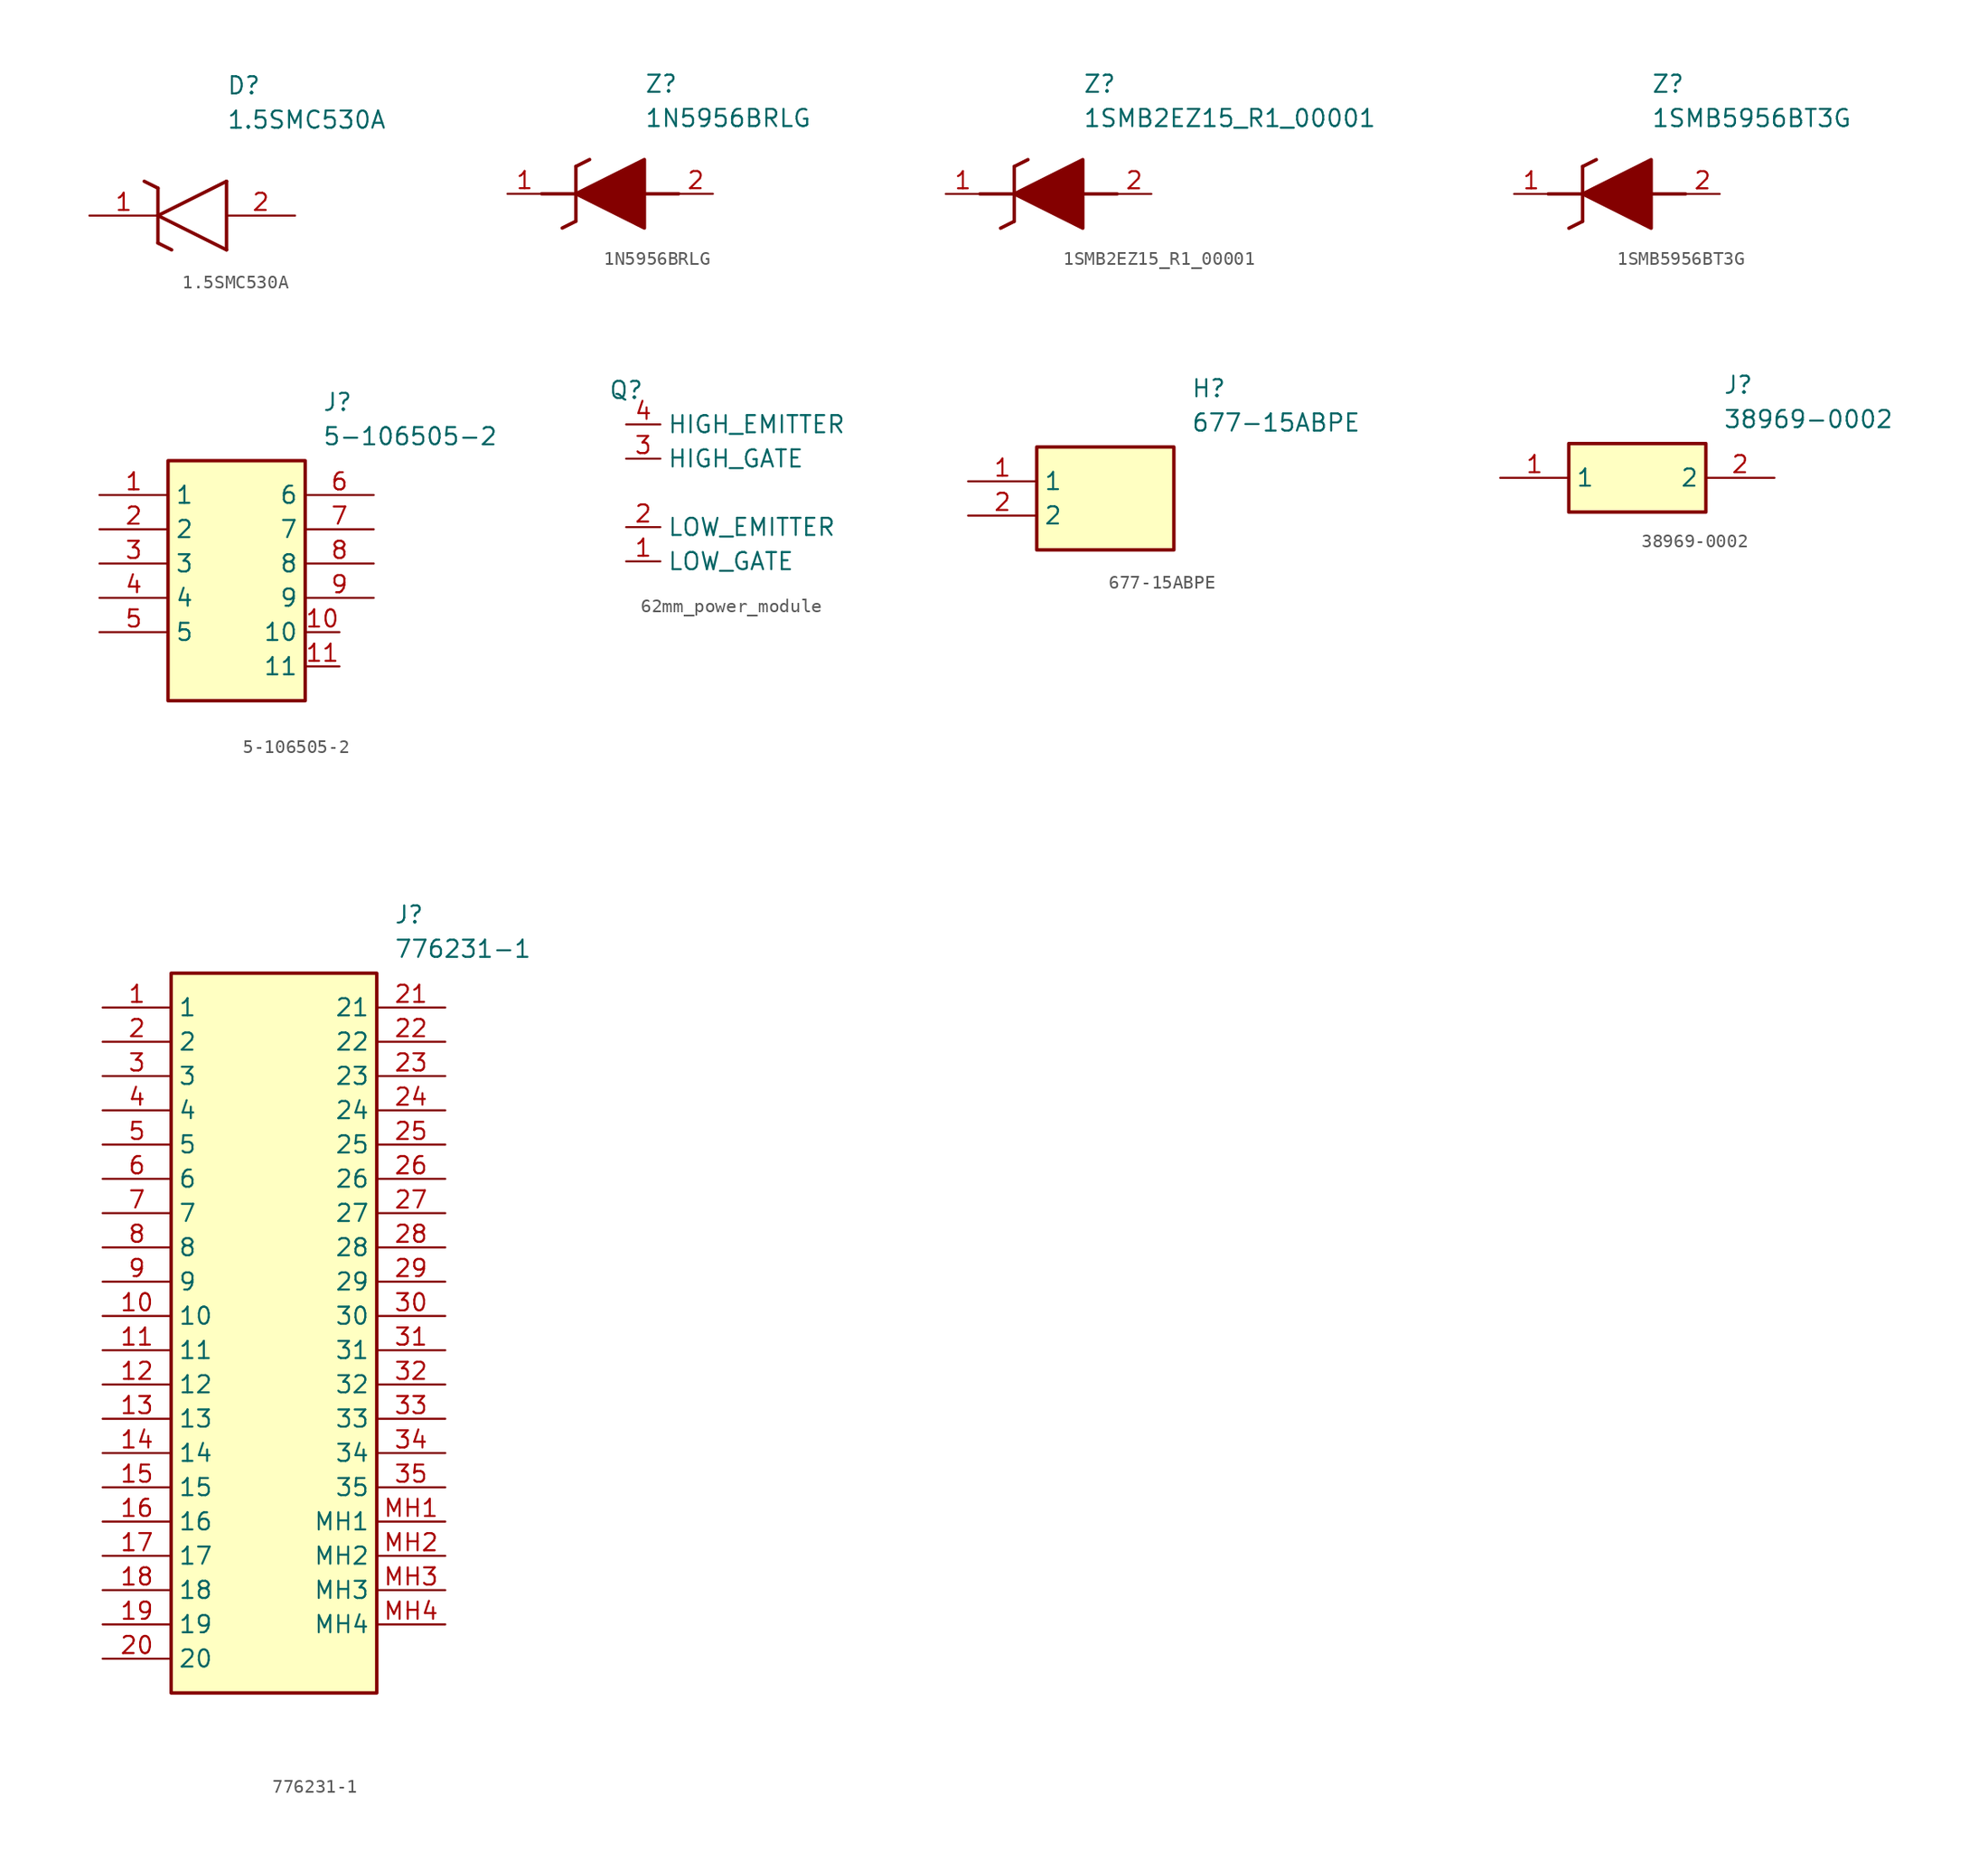
<source format=kicad_sym>
(kicad_symbol_lib
  (version 20241209)
  (generator "kicad_symbol_editor")
  (generator_version "9.0")
  (symbol "1.5SMC530A"
    (pin_names
      (hide yes))
    (property "Reference" "D"
      (at 10.16 8.89 0)
      (effects (font (size 1.27 1.27)) (justify left bottom)))
    (property "Value" "1.5SMC530A"
      (at 10.16 6.35 0)
      (effects (font (size 1.27 1.27)) (justify left bottom)))
    (symbol "1.5SMC530A_1_1"
      (polyline (pts (xy 4.064 2.54) (xy 5.08 2.032)) (stroke (width 0.254) (type default)) (fill (type none)))
      (polyline (pts (xy 5.08 0) (xy 10.16 2.54)) (stroke (width 0.254) (type default)) (fill (type none)))
      (polyline (pts (xy 5.08 -2.032) (xy 5.08 2.032)) (stroke (width 0.254) (type default)) (fill (type none)))
      (polyline (pts (xy 5.08 -2.032) (xy 6.096 -2.54)) (stroke (width 0.254) (type default)) (fill (type none)))
      (polyline (pts (xy 10.16 -2.54) (xy 5.08 0)) (stroke (width 0.254) (type default)) (fill (type none)))
      (polyline (pts (xy 10.16 -2.54) (xy 10.16 2.54)) (stroke (width 0.254) (type default)) (fill (type none)))
      (pin passive line (at 0 0 0) (length 5.08) (name "K" (effects (font (size 1.27 1.27)))) (number "1" (effects (font (size 1.27 1.27)))))
      (pin passive line (at 15.24 0 180) (length 5.08) (name "A" (effects (font (size 1.27 1.27)))) (number "2" (effects (font (size 1.27 1.27)))))))
  (symbol "1N5956BRLG"
    (pin_names
      (hide yes))
    (property "Reference" "Z"
      (at 10.16 8.89 0)
      (effects (font (size 1.27 1.27)) (justify left top)))
    (property "Value" "1N5956BRLG"
      (at 10.16 6.35 0)
      (effects (font (size 1.27 1.27)) (justify left top)))
    (symbol "1N5956BRLG_1_1"
      (polyline (pts (xy 2.54 0) (xy 5.08 0)) (stroke (width 0.254) (type default)) (fill (type none)))
      (polyline (pts (xy 4.064 -2.54) (xy 5.08 -2.032)) (stroke (width 0.254) (type default)) (fill (type none)))
      (polyline (pts (xy 5.08 2.032) (xy 5.08 -2.032)) (stroke (width 0.254) (type default)) (fill (type none)))
      (polyline (pts (xy 5.08 2.032) (xy 6.096 2.54)) (stroke (width 0.254) (type default)) (fill (type none)))
      (polyline (pts (xy 5.08 0) (xy 10.16 2.54) (xy 10.16 -2.54) (xy 5.08 0)) (stroke (width 0.254) (type default)) (fill (type outline)))
      (polyline (pts (xy 12.7 0) (xy 10.16 0)) (stroke (width 0.254) (type default)) (fill (type none)))
      (pin passive line (at 0 0 0) (length 2.54) (name "K" (effects (font (size 1.27 1.27)))) (number "1" (effects (font (size 1.27 1.27)))))
      (pin passive line (at 15.24 0 180) (length 2.54) (name "A" (effects (font (size 1.27 1.27)))) (number "2" (effects (font (size 1.27 1.27)))))))
  (symbol "1SMB2EZ15_R1_00001"
    (pin_names
      (hide yes))
    (property "Reference" "Z"
      (at 10.16 8.89 0)
      (effects (font (size 1.27 1.27)) (justify left top)))
    (property "Value" "1SMB2EZ15_R1_00001"
      (at 10.16 6.35 0)
      (effects (font (size 1.27 1.27)) (justify left top)))
    (symbol "1SMB2EZ15_R1_00001_1_1"
      (polyline (pts (xy 2.54 0) (xy 5.08 0)) (stroke (width 0.254) (type default)) (fill (type none)))
      (polyline (pts (xy 4.064 -2.54) (xy 5.08 -2.032)) (stroke (width 0.254) (type default)) (fill (type none)))
      (polyline (pts (xy 5.08 2.032) (xy 5.08 -2.032)) (stroke (width 0.254) (type default)) (fill (type none)))
      (polyline (pts (xy 5.08 2.032) (xy 6.096 2.54)) (stroke (width 0.254) (type default)) (fill (type none)))
      (polyline (pts (xy 5.08 0) (xy 10.16 2.54) (xy 10.16 -2.54) (xy 5.08 0)) (stroke (width 0.254) (type default)) (fill (type outline)))
      (polyline (pts (xy 12.7 0) (xy 10.16 0)) (stroke (width 0.254) (type default)) (fill (type none)))
      (pin passive line (at 0 0 0) (length 2.54) (name "K" (effects (font (size 1.27 1.27)))) (number "1" (effects (font (size 1.27 1.27)))))
      (pin passive line (at 15.24 0 180) (length 2.54) (name "A" (effects (font (size 1.27 1.27)))) (number "2" (effects (font (size 1.27 1.27)))))))
  (symbol "1SMB5956BT3G"
    (pin_names
      (hide yes))
    (property "Reference" "Z"
      (at 10.16 8.89 0)
      (effects (font (size 1.27 1.27)) (justify left top)))
    (property "Value" "1SMB5956BT3G"
      (at 10.16 6.35 0)
      (effects (font (size 1.27 1.27)) (justify left top)))
    (symbol "1SMB5956BT3G_1_1"
      (polyline (pts (xy 2.54 0) (xy 5.08 0)) (stroke (width 0.254) (type default)) (fill (type none)))
      (polyline (pts (xy 4.064 -2.54) (xy 5.08 -2.032)) (stroke (width 0.254) (type default)) (fill (type none)))
      (polyline (pts (xy 5.08 2.032) (xy 5.08 -2.032)) (stroke (width 0.254) (type default)) (fill (type none)))
      (polyline (pts (xy 5.08 2.032) (xy 6.096 2.54)) (stroke (width 0.254) (type default)) (fill (type none)))
      (polyline (pts (xy 5.08 0) (xy 10.16 2.54) (xy 10.16 -2.54) (xy 5.08 0)) (stroke (width 0.254) (type default)) (fill (type outline)))
      (polyline (pts (xy 12.7 0) (xy 10.16 0)) (stroke (width 0.254) (type default)) (fill (type none)))
      (pin passive line (at 0 0 0) (length 2.54) (name "K" (effects (font (size 1.27 1.27)))) (number "1" (effects (font (size 1.27 1.27)))))
      (pin passive line (at 15.24 0 180) (length 2.54) (name "A" (effects (font (size 1.27 1.27)))) (number "2" (effects (font (size 1.27 1.27)))))))
  (symbol "5-106505-2"
    (property "Reference" "J"
      (at 16.51 7.62 0)
      (effects (font (size 1.27 1.27)) (justify left top)))
    (property "Value" "5-106505-2"
      (at 16.51 5.08 0)
      (effects (font (size 1.27 1.27)) (justify left top)))
    (symbol "5-106505-2_1_1"
      (rectangle (start 5.08 2.54) (end 15.24 -15.24) (stroke (width 0.254) (type default)) (fill (type background)))
      (pin passive line (at 0 0 0) (length 5.08) (name "1" (effects (font (size 1.27 1.27)))) (number "1" (effects (font (size 1.27 1.27)))))
      (pin passive line (at 0 -2.54 0) (length 5.08) (name "2" (effects (font (size 1.27 1.27)))) (number "2" (effects (font (size 1.27 1.27)))))
      (pin passive line (at 0 -5.08 0) (length 5.08) (name "3" (effects (font (size 1.27 1.27)))) (number "3" (effects (font (size 1.27 1.27)))))
      (pin passive line (at 0 -7.62 0) (length 5.08) (name "4" (effects (font (size 1.27 1.27)))) (number "4" (effects (font (size 1.27 1.27)))))
      (pin passive line (at 0 -10.16 0) (length 5.08) (name "5" (effects (font (size 1.27 1.27)))) (number "5" (effects (font (size 1.27 1.27)))))
      (pin input line (at 17.78 -10.16 180) (length 2.54) (name "10" (effects (font (size 1.27 1.27)))) (number "10" (effects (font (size 1.27 1.27)))))
      (pin input line (at 17.78 -12.7 180) (length 2.54) (name "11" (effects (font (size 1.27 1.27)))) (number "11" (effects (font (size 1.27 1.27)))))
      (pin passive line (at 20.32 0 180) (length 5.08) (name "6" (effects (font (size 1.27 1.27)))) (number "6" (effects (font (size 1.27 1.27)))))
      (pin passive line (at 20.32 -2.54 180) (length 5.08) (name "7" (effects (font (size 1.27 1.27)))) (number "7" (effects (font (size 1.27 1.27)))))
      (pin passive line (at 20.32 -5.08 180) (length 5.08) (name "8" (effects (font (size 1.27 1.27)))) (number "8" (effects (font (size 1.27 1.27)))))
      (pin passive line (at 20.32 -7.62 180) (length 5.08) (name "9" (effects (font (size 1.27 1.27)))) (number "9" (effects (font (size 1.27 1.27)))))))
  (symbol "62mm_power_module"
    (property "Reference" "Q"
      (at 0 0 0)
      (effects (font (size 1.27 1.27))))
    (property "Value" ""
      (at 0 0 0)
      (effects (font (size 1.27 1.27))))
    (symbol "62mm_power_module_1_1"
      (pin input line (at 0 -2.54 0) (length 2.54) (name "HIGH_EMITTER" (effects (font (size 1.27 1.27)))) (number "4" (effects (font (size 1.27 1.27)))))
      (pin input line (at 0 -5.08 0) (length 2.54) (name "HIGH_GATE" (effects (font (size 1.27 1.27)))) (number "3" (effects (font (size 1.27 1.27)))))
      (pin input line (at 0 -10.16 0) (length 2.54) (name "LOW_EMITTER" (effects (font (size 1.27 1.27)))) (number "2" (effects (font (size 1.27 1.27)))))
      (pin input line (at 0 -12.7 0) (length 2.54) (name "LOW_GATE" (effects (font (size 1.27 1.27)))) (number "1" (effects (font (size 1.27 1.27)))))))
  (symbol "677-15ABPE"
    (property "Reference" "H"
      (at 16.51 7.62 0)
      (effects (font (size 1.27 1.27)) (justify left top)))
    (property "Value" "677-15ABPE"
      (at 16.51 5.08 0)
      (effects (font (size 1.27 1.27)) (justify left top)))
    (symbol "677-15ABPE_1_1"
      (rectangle (start 5.08 2.54) (end 15.24 -5.08) (stroke (width 0.254) (type default)) (fill (type background)))
      (pin passive line (at 0 0 0) (length 5.08) (name "1" (effects (font (size 1.27 1.27)))) (number "1" (effects (font (size 1.27 1.27)))))
      (pin passive line (at 0 -2.54 0) (length 5.08) (name "2" (effects (font (size 1.27 1.27)))) (number "2" (effects (font (size 1.27 1.27)))))))
  (symbol "38969-0002"
    (property "Reference" "J"
      (at 16.51 7.62 0)
      (effects (font (size 1.27 1.27)) (justify left top)))
    (property "Value" "38969-0002"
      (at 16.51 5.08 0)
      (effects (font (size 1.27 1.27)) (justify left top)))
    (symbol "38969-0002_1_1"
      (rectangle (start 5.08 2.54) (end 15.24 -2.54) (stroke (width 0.254) (type default)) (fill (type background)))
      (pin passive line (at 0 0 0) (length 5.08) (name "1" (effects (font (size 1.27 1.27)))) (number "1" (effects (font (size 1.27 1.27)))))
      (pin passive line (at 20.32 0 180) (length 5.08) (name "2" (effects (font (size 1.27 1.27)))) (number "2" (effects (font (size 1.27 1.27)))))))
  (symbol "776231-1"
    (property "Reference" "J"
      (at 21.59 7.62 0)
      (effects (font (size 1.27 1.27)) (justify left top)))
    (property "Value" "776231-1"
      (at 21.59 5.08 0)
      (effects (font (size 1.27 1.27)) (justify left top)))
    (symbol "776231-1_1_1"
      (rectangle (start 5.08 2.54) (end 20.32 -50.8) (stroke (width 0.254) (type default)) (fill (type background)))
      (pin passive line (at 0 0 0) (length 5.08) (name "1" (effects (font (size 1.27 1.27)))) (number "1" (effects (font (size 1.27 1.27)))))
      (pin passive line (at 0 -2.54 0) (length 5.08) (name "2" (effects (font (size 1.27 1.27)))) (number "2" (effects (font (size 1.27 1.27)))))
      (pin passive line (at 0 -5.08 0) (length 5.08) (name "3" (effects (font (size 1.27 1.27)))) (number "3" (effects (font (size 1.27 1.27)))))
      (pin passive line (at 0 -7.62 0) (length 5.08) (name "4" (effects (font (size 1.27 1.27)))) (number "4" (effects (font (size 1.27 1.27)))))
      (pin passive line (at 0 -10.16 0) (length 5.08) (name "5" (effects (font (size 1.27 1.27)))) (number "5" (effects (font (size 1.27 1.27)))))
      (pin passive line (at 0 -12.7 0) (length 5.08) (name "6" (effects (font (size 1.27 1.27)))) (number "6" (effects (font (size 1.27 1.27)))))
      (pin passive line (at 0 -15.24 0) (length 5.08) (name "7" (effects (font (size 1.27 1.27)))) (number "7" (effects (font (size 1.27 1.27)))))
      (pin passive line (at 0 -17.78 0) (length 5.08) (name "8" (effects (font (size 1.27 1.27)))) (number "8" (effects (font (size 1.27 1.27)))))
      (pin passive line (at 0 -20.32 0) (length 5.08) (name "9" (effects (font (size 1.27 1.27)))) (number "9" (effects (font (size 1.27 1.27)))))
      (pin passive line (at 0 -22.86 0) (length 5.08) (name "10" (effects (font (size 1.27 1.27)))) (number "10" (effects (font (size 1.27 1.27)))))
      (pin passive line (at 0 -25.4 0) (length 5.08) (name "11" (effects (font (size 1.27 1.27)))) (number "11" (effects (font (size 1.27 1.27)))))
      (pin passive line (at 0 -27.94 0) (length 5.08) (name "12" (effects (font (size 1.27 1.27)))) (number "12" (effects (font (size 1.27 1.27)))))
      (pin passive line (at 0 -30.48 0) (length 5.08) (name "13" (effects (font (size 1.27 1.27)))) (number "13" (effects (font (size 1.27 1.27)))))
      (pin passive line (at 0 -33.02 0) (length 5.08) (name "14" (effects (font (size 1.27 1.27)))) (number "14" (effects (font (size 1.27 1.27)))))
      (pin passive line (at 0 -35.56 0) (length 5.08) (name "15" (effects (font (size 1.27 1.27)))) (number "15" (effects (font (size 1.27 1.27)))))
      (pin passive line (at 0 -38.1 0) (length 5.08) (name "16" (effects (font (size 1.27 1.27)))) (number "16" (effects (font (size 1.27 1.27)))))
      (pin passive line (at 0 -40.64 0) (length 5.08) (name "17" (effects (font (size 1.27 1.27)))) (number "17" (effects (font (size 1.27 1.27)))))
      (pin passive line (at 0 -43.18 0) (length 5.08) (name "18" (effects (font (size 1.27 1.27)))) (number "18" (effects (font (size 1.27 1.27)))))
      (pin passive line (at 0 -45.72 0) (length 5.08) (name "19" (effects (font (size 1.27 1.27)))) (number "19" (effects (font (size 1.27 1.27)))))
      (pin passive line (at 0 -48.26 0) (length 5.08) (name "20" (effects (font (size 1.27 1.27)))) (number "20" (effects (font (size 1.27 1.27)))))
      (pin passive line (at 25.4 0 180) (length 5.08) (name "21" (effects (font (size 1.27 1.27)))) (number "21" (effects (font (size 1.27 1.27)))))
      (pin passive line (at 25.4 -2.54 180) (length 5.08) (name "22" (effects (font (size 1.27 1.27)))) (number "22" (effects (font (size 1.27 1.27)))))
      (pin passive line (at 25.4 -5.08 180) (length 5.08) (name "23" (effects (font (size 1.27 1.27)))) (number "23" (effects (font (size 1.27 1.27)))))
      (pin passive line (at 25.4 -7.62 180) (length 5.08) (name "24" (effects (font (size 1.27 1.27)))) (number "24" (effects (font (size 1.27 1.27)))))
      (pin passive line (at 25.4 -10.16 180) (length 5.08) (name "25" (effects (font (size 1.27 1.27)))) (number "25" (effects (font (size 1.27 1.27)))))
      (pin passive line (at 25.4 -12.7 180) (length 5.08) (name "26" (effects (font (size 1.27 1.27)))) (number "26" (effects (font (size 1.27 1.27)))))
      (pin passive line (at 25.4 -15.24 180) (length 5.08) (name "27" (effects (font (size 1.27 1.27)))) (number "27" (effects (font (size 1.27 1.27)))))
      (pin passive line (at 25.4 -17.78 180) (length 5.08) (name "28" (effects (font (size 1.27 1.27)))) (number "28" (effects (font (size 1.27 1.27)))))
      (pin passive line (at 25.4 -20.32 180) (length 5.08) (name "29" (effects (font (size 1.27 1.27)))) (number "29" (effects (font (size 1.27 1.27)))))
      (pin passive line (at 25.4 -22.86 180) (length 5.08) (name "30" (effects (font (size 1.27 1.27)))) (number "30" (effects (font (size 1.27 1.27)))))
      (pin passive line (at 25.4 -25.4 180) (length 5.08) (name "31" (effects (font (size 1.27 1.27)))) (number "31" (effects (font (size 1.27 1.27)))))
      (pin passive line (at 25.4 -27.94 180) (length 5.08) (name "32" (effects (font (size 1.27 1.27)))) (number "32" (effects (font (size 1.27 1.27)))))
      (pin passive line (at 25.4 -30.48 180) (length 5.08) (name "33" (effects (font (size 1.27 1.27)))) (number "33" (effects (font (size 1.27 1.27)))))
      (pin passive line (at 25.4 -33.02 180) (length 5.08) (name "34" (effects (font (size 1.27 1.27)))) (number "34" (effects (font (size 1.27 1.27)))))
      (pin passive line (at 25.4 -35.56 180) (length 5.08) (name "35" (effects (font (size 1.27 1.27)))) (number "35" (effects (font (size 1.27 1.27)))))
      (pin passive line (at 25.4 -38.1 180) (length 5.08) (name "MH1" (effects (font (size 1.27 1.27)))) (number "MH1" (effects (font (size 1.27 1.27)))))
      (pin passive line (at 25.4 -40.64 180) (length 5.08) (name "MH2" (effects (font (size 1.27 1.27)))) (number "MH2" (effects (font (size 1.27 1.27)))))
      (pin passive line (at 25.4 -43.18 180) (length 5.08) (name "MH3" (effects (font (size 1.27 1.27)))) (number "MH3" (effects (font (size 1.27 1.27)))))
      (pin passive line (at 25.4 -45.72 180) (length 5.08) (name "MH4" (effects (font (size 1.27 1.27)))) (number "MH4" (effects (font (size 1.27 1.27))))))))
</source>
